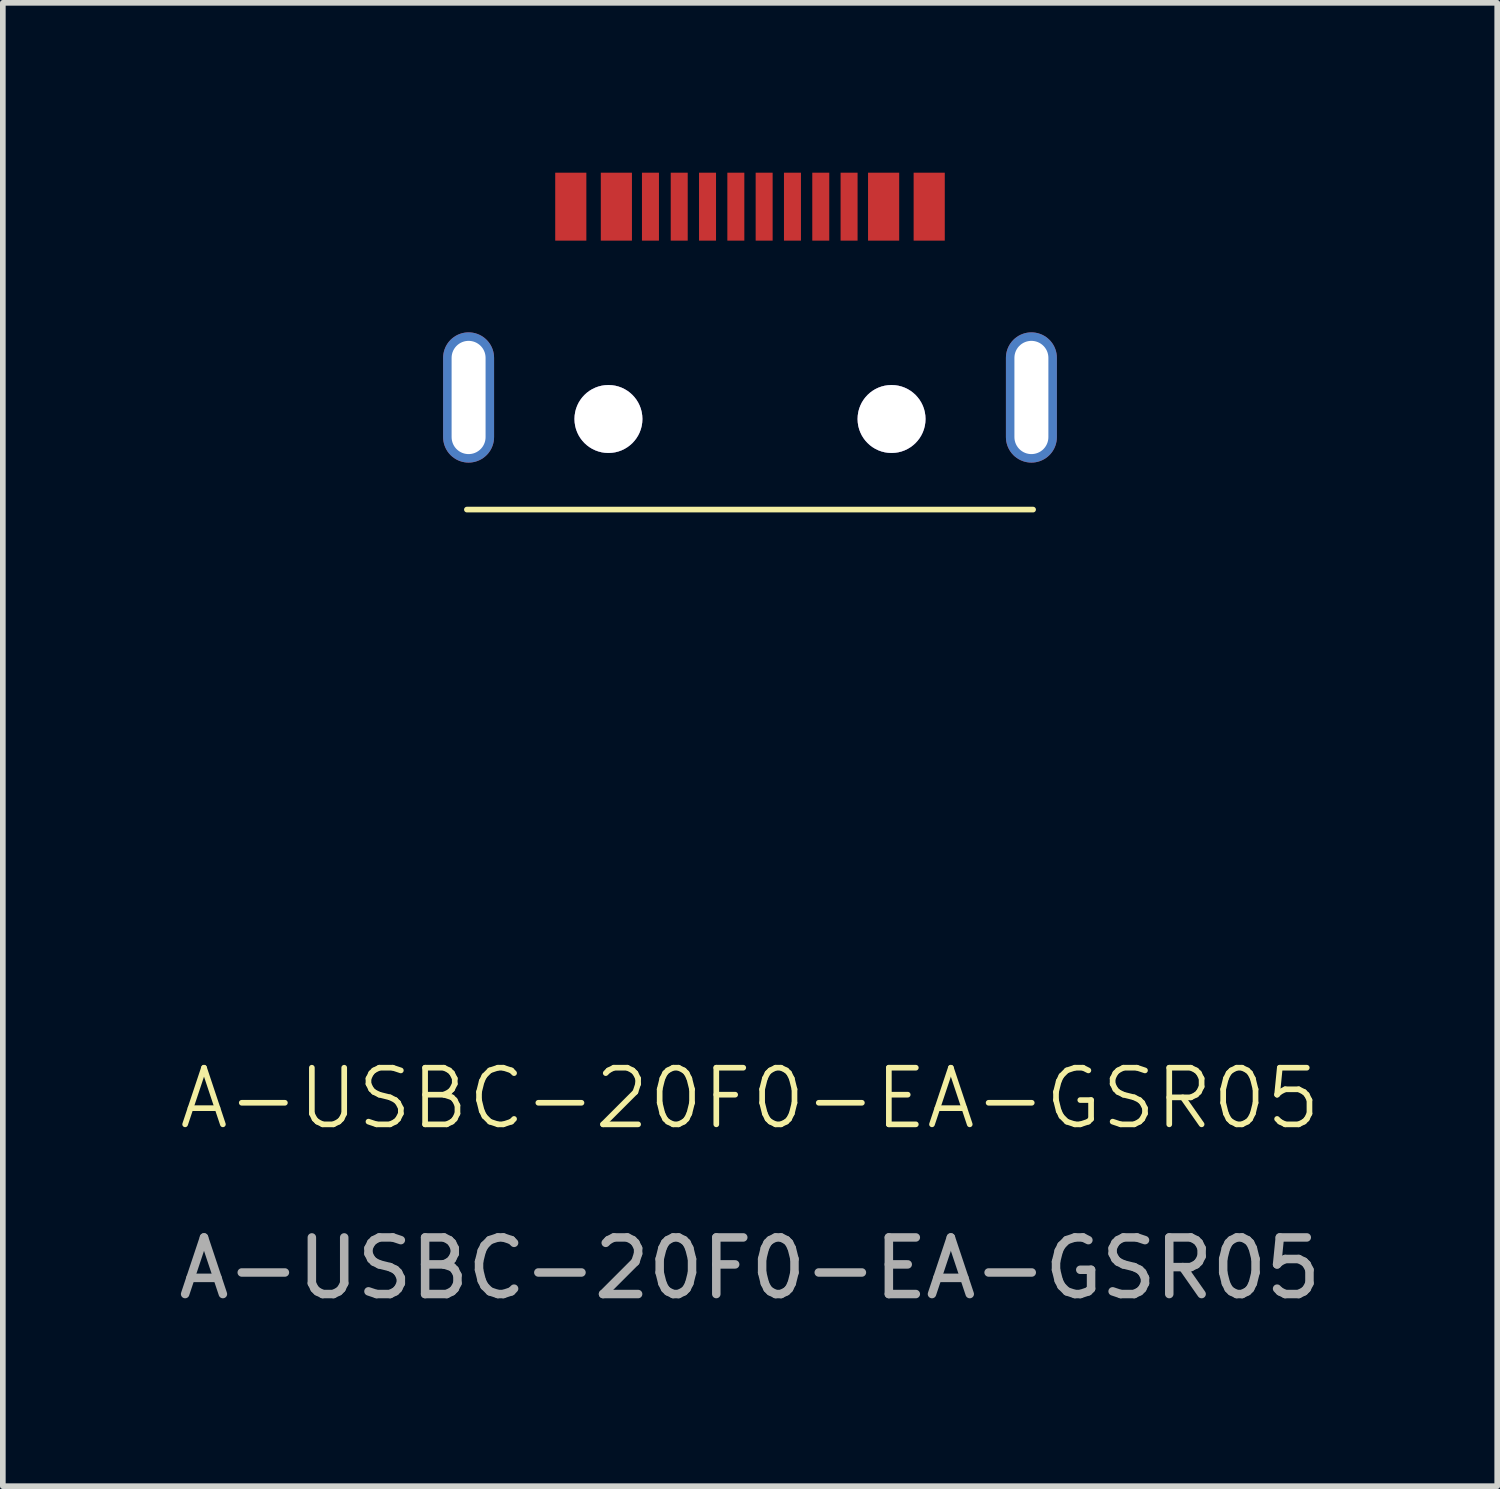
<source format=kicad_pcb>
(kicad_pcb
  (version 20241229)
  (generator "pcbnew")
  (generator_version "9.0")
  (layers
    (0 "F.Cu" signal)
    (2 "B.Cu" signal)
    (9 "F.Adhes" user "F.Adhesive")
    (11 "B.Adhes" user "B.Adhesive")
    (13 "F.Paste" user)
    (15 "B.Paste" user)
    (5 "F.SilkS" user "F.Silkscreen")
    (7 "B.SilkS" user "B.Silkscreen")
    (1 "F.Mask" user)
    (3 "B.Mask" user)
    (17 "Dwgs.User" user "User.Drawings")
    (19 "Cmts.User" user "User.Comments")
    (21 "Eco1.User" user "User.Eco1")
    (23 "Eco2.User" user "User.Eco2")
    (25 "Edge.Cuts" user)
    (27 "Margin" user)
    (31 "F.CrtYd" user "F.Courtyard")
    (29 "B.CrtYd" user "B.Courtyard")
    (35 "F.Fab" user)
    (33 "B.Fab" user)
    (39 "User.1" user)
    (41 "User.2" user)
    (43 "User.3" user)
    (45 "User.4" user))
  (footprint "A-USBC-20F0-EA-GSR05"
    (layer "F.Cu")
    (at 10.196 4.35)
    (property "Reference" "A-USBC-20F0-EA-GSR05" (at 0 12 0) (unlocked yes) (layer "F.SilkS") (effects (font (size 1 1) (thickness 0.1))))
    (attr smd)
    (fp_line (start -5 1.6) (end 5 1.6) (stroke (width 0.1) (type default)) (layer "F.SilkS"))
    (fp_text user "${REFERENCE}" (at 0 15 0) (unlocked yes) (layer "F.Fab") (effects (font (size 1 1) (thickness 0.15))))
    (pad "" thru_hole circle (at -2.5 0) (size 1.2 1.2) (drill 1.2) (layers "*.Cu" "*.Mask"))
    (pad "" thru_hole circle (at 2.5 0) (size 1.2 1.2) (drill 1.2) (layers "*.Cu" "*.Mask"))
    (pad "A1" smd rect (at -3.165 -3.75) (size 0.55 1.2) (layers "F.Cu" "F.Mask" "F.Paste"))
    (pad "A4" smd rect (at -2.36 -3.75) (size 0.55 1.2) (layers "F.Cu" "F.Mask" "F.Paste"))
    (pad "A5" smd rect (at -1.25 -3.75) (size 0.3 1.2) (layers "F.Cu" "F.Mask" "F.Paste"))
    (pad "A6" smd rect (at -0.25 -3.75) (size 0.3 1.2) (layers "F.Cu" "F.Mask" "F.Paste"))
    (pad "A7" smd rect (at 0.25 -3.75) (size 0.3 1.2) (layers "F.Cu" "F.Mask" "F.Paste"))
    (pad "A8" smd rect (at 1.25 -3.75) (size 0.3 1.2) (layers "F.Cu" "F.Mask" "F.Paste"))
    (pad "B1" smd rect (at 3.165 -3.75) (size 0.55 1.2) (layers "F.Cu" "F.Mask" "F.Paste"))
    (pad "B4" smd rect (at 2.36 -3.75) (size 0.55 1.2) (layers "F.Cu" "F.Mask" "F.Paste"))
    (pad "B5" smd rect (at 1.75 -3.75) (size 0.3 1.2) (layers "F.Cu" "F.Mask" "F.Paste"))
    (pad "B6" smd rect (at 0.75 -3.75) (size 0.3 1.2) (layers "F.Cu" "F.Mask" "F.Paste"))
    (pad "B7" smd rect (at -0.75 -3.75) (size 0.3 1.2) (layers "F.Cu" "F.Mask" "F.Paste"))
    (pad "B8" smd rect (at -1.758 -3.75) (size 0.3 1.2) (layers "F.Cu" "F.Mask" "F.Paste"))
    (pad "S1" thru_hole oval (at -4.97 -0.38 90) (size 2.3 0.9) (drill oval 2 0.6) (layers "*.Cu" "*.Mask"))
    (pad "S1" thru_hole oval (at 4.97 -0.38 90) (size 2.3 0.9) (drill oval 2 0.6) (layers "*.Cu" "*.Mask")))
  (gr_rect
    (start -3 -3)
    (end 23.393 23.198)
    (stroke (width 0.1) (type default))
    (fill no)
    (layer "Edge.Cuts")))
</source>
